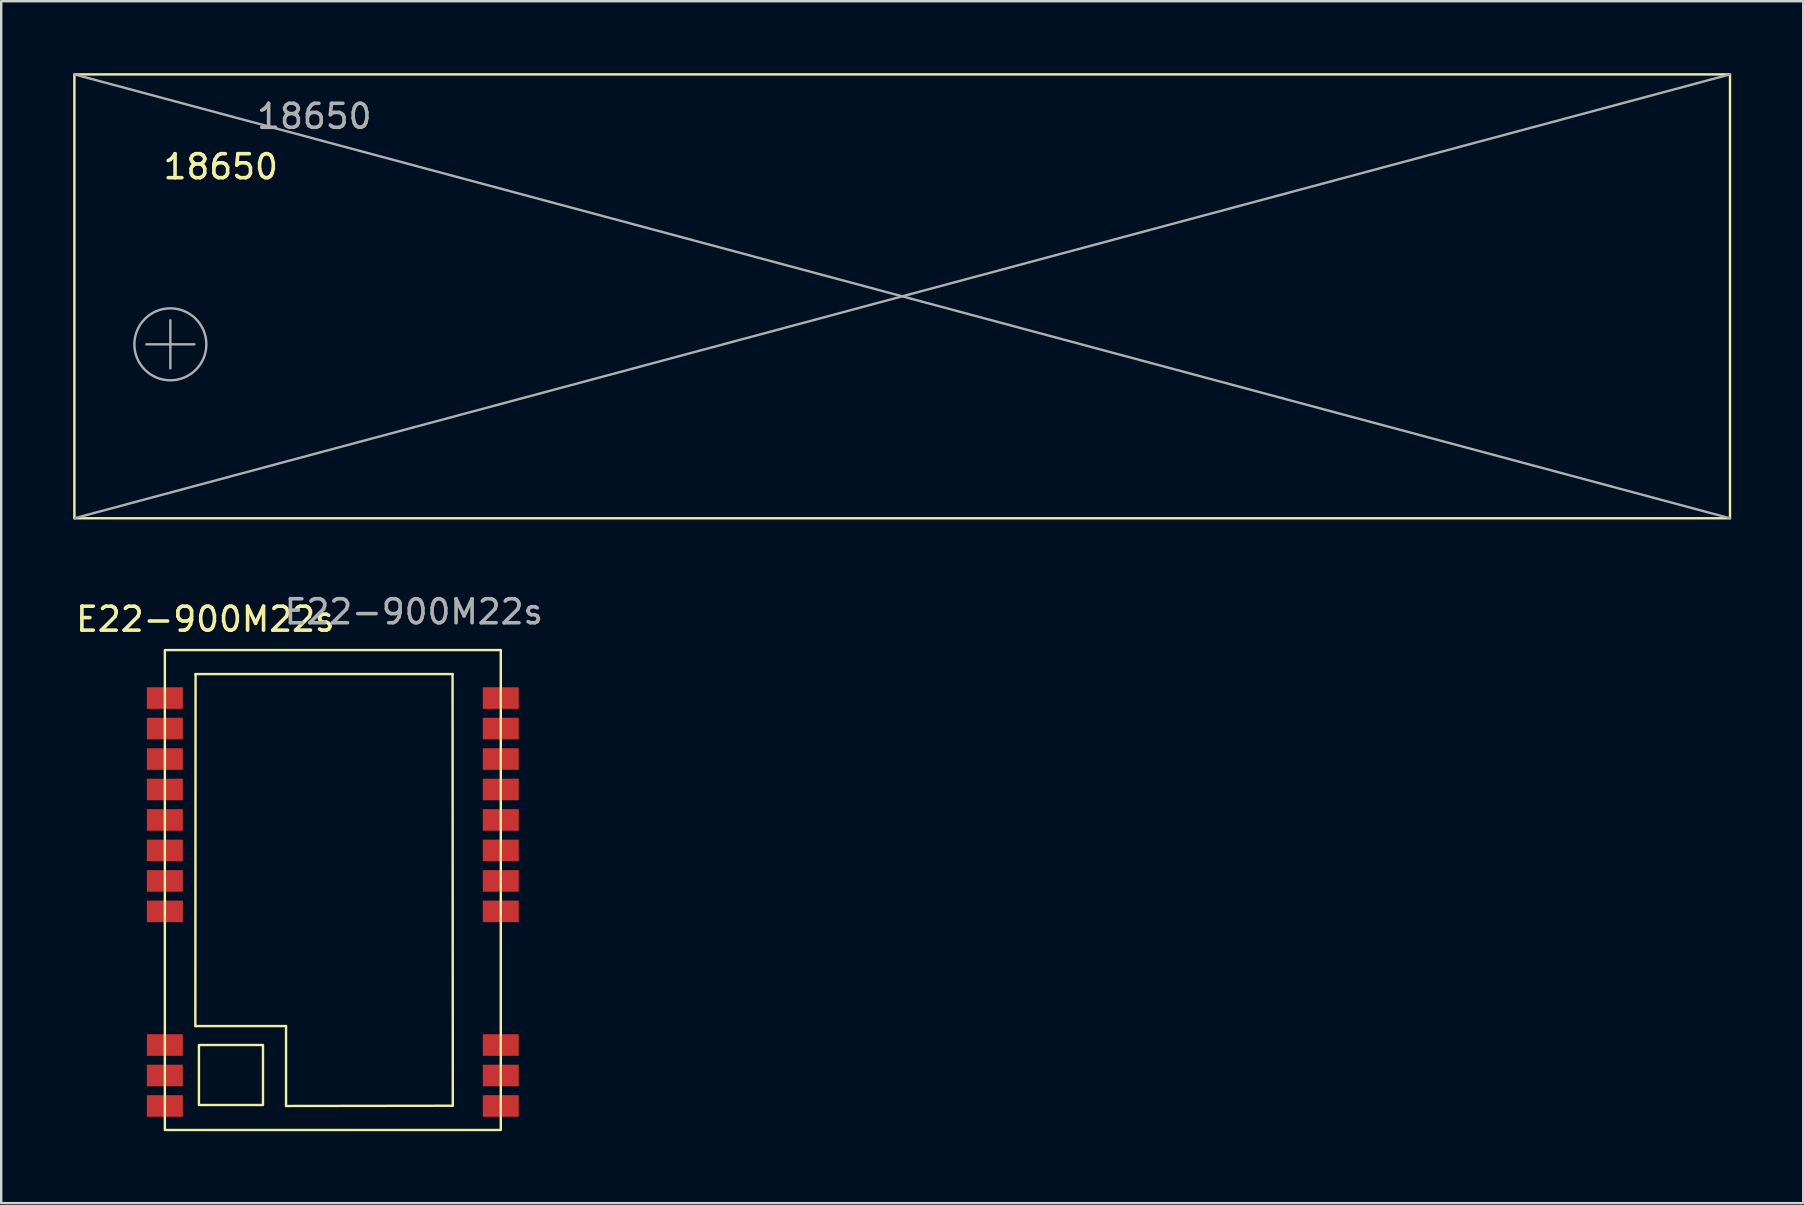
<source format=kicad_pcb>
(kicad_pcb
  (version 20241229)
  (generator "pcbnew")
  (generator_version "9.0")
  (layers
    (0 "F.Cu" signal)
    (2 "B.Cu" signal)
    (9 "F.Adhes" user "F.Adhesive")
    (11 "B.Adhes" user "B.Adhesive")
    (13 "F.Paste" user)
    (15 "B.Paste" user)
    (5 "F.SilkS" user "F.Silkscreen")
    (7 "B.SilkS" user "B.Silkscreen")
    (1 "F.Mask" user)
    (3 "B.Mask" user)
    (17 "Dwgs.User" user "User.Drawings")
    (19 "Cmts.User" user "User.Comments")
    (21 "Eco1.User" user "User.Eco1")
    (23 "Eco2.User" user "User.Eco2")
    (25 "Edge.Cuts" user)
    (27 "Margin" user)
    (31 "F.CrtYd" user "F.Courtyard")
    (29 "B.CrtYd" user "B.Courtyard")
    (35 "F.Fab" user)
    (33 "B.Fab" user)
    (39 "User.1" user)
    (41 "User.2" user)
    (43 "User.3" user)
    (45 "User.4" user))
  (footprint "E22-900M22s"
    (layer "F.Cu")
    (at 10.596 34.638)
    (property "Reference" "E22-900M22s" (at -5.09 -11.88 180) (layer "F.SilkS") (effects (font (size 1 1) (thickness 0.15))))
    (attr smd)
    (fp_line (start -5.505 5.075) (end -5.495 -9.595) (stroke (width 0.1) (type default)) (layer "F.SilkS"))
    (fp_line (start -5.495 -9.595) (end 5.215 -9.595) (stroke (width 0.1) (type default)) (layer "F.SilkS"))
    (fp_line (start -1.725 5.075) (end -5.505 5.075) (stroke (width 0.1) (type default)) (layer "F.SilkS"))
    (fp_line (start -1.725 8.405) (end -1.725 5.075) (stroke (width 0.1) (type default)) (layer "F.SilkS"))
    (fp_line (start 5.215 -9.595) (end 5.225 8.395) (stroke (width 0.1) (type default)) (layer "F.SilkS"))
    (fp_line (start 5.225 8.395) (end -1.725 8.405) (stroke (width 0.1) (type default)) (layer "F.SilkS"))
    (fp_rect (start -6.775 -10.595) (end 7.225 9.405) (stroke (width 0.1) (type default)) (fill no) (layer "F.SilkS"))
    (fp_rect (start -5.355 5.865) (end -2.685 8.365) (stroke (width 0.1) (type default)) (fill no) (layer "F.SilkS"))
    (fp_text user "${REFERENCE}" (at 3.6 -12.19 0) (layer "F.Fab") (effects (font (size 1 1) (thickness 0.15))))
    (pad "1" smd rect (at 7.225 8.405) (size 1.5 0.9) (layers "F.Cu" "F.Mask" "F.Paste"))
    (pad "2" smd rect (at 7.225 7.135) (size 1.5 0.9) (layers "F.Cu" "F.Mask" "F.Paste"))
    (pad "3" smd rect (at 7.225 5.865) (size 1.5 0.9) (layers "F.Cu" "F.Mask" "F.Paste"))
    (pad "4" smd rect (at 7.225 0.295 180) (size 1.5 0.9) (layers "F.Cu" "F.Mask" "F.Paste"))
    (pad "5" smd rect (at 7.225 -0.975 180) (size 1.5 0.9) (layers "F.Cu" "F.Mask" "F.Paste"))
    (pad "6" smd rect (at 7.225 -2.245 180) (size 1.5 0.9) (layers "F.Cu" "F.Mask" "F.Paste"))
    (pad "7" smd rect (at 7.225 -3.515 180) (size 1.5 0.9) (layers "F.Cu" "F.Mask" "F.Paste"))
    (pad "8" smd rect (at 7.225 -4.785 180) (size 1.5 0.9) (layers "F.Cu" "F.Mask" "F.Paste"))
    (pad "9" smd rect (at 7.225 -6.055) (size 1.5 0.9) (layers "F.Cu" "F.Mask" "F.Paste"))
    (pad "10" smd rect (at 7.225 -7.325) (size 1.5 0.9) (layers "F.Cu" "F.Mask" "F.Paste"))
    (pad "11" smd rect (at 7.225 -8.595) (size 1.5 0.9) (layers "F.Cu" "F.Mask" "F.Paste"))
    (pad "12" smd rect (at -6.775 -8.595) (size 1.5 0.9) (layers "F.Cu" "F.Mask" "F.Paste"))
    (pad "13" smd rect (at -6.775 -7.325 180) (size 1.5 0.9) (layers "F.Cu" "F.Mask" "F.Paste"))
    (pad "14" smd rect (at -6.775 -6.055 180) (size 1.5 0.9) (layers "F.Cu" "F.Mask" "F.Paste"))
    (pad "15" smd rect (at -6.775 -4.785 180) (size 1.5 0.9) (layers "F.Cu" "F.Mask" "F.Paste"))
    (pad "16" smd rect (at -6.775 -3.515 180) (size 1.5 0.9) (layers "F.Cu" "F.Mask" "F.Paste"))
    (pad "17" smd rect (at -6.775 -2.245 180) (size 1.5 0.9) (layers "F.Cu" "F.Mask" "F.Paste"))
    (pad "18" smd rect (at -6.775 -0.975 180) (size 1.5 0.9) (layers "F.Cu" "F.Mask" "F.Paste"))
    (pad "19" smd rect (at -6.775 0.295 180) (size 1.5 0.9) (layers "F.Cu" "F.Mask" "F.Paste"))
    (pad "20" smd rect (at -6.775 5.865 180) (size 1.5 0.9) (layers "F.Cu" "F.Mask" "F.Paste"))
    (pad "21" smd rect (at -6.775 7.135 180) (size 1.5 0.9) (layers "F.Cu" "F.Mask" "F.Paste"))
    (pad "22" smd rect (at -6.775 8.405 180) (size 1.5 0.9) (layers "F.Cu" "F.Mask" "F.Paste")))
  (footprint "18650"
    (layer "F.Cu")
    (at 34.55 9.3)
    (property "Reference" "18650" (at -28.4 -5.4 180) (layer "F.SilkS") (effects (font (size 1 1) (thickness 0.15))))
    (attr through_hole)
    (fp_rect (start -34.5 -9.25) (end 34.5 9.25) (stroke (width 0.1) (type default)) (fill no) (layer "F.SilkS"))
    (fp_line (start -34.5 9.25) (end 34.5 -9.25) (stroke (width 0.1) (type default)) (layer "F.Fab"))
    (fp_line (start -31.5 2) (end -29.5 2) (stroke (width 0.1) (type default)) (layer "F.Fab"))
    (fp_line (start -30.5 1) (end -30.5 3) (stroke (width 0.1) (type default)) (layer "F.Fab"))
    (fp_line (start 34.5 9.25) (end -34.5 -9.25) (stroke (width 0.1) (type default)) (layer "F.Fab"))
    (fp_circle (center -30.5 2) (end -30.5 0.5) (stroke (width 0.1) (type default)) (fill no) (layer "F.Fab"))
    (fp_text user "${REFERENCE}" (at -24.5 -7.5 0) (layer "F.Fab") (effects (font (size 1 1) (thickness 0.15)))))
  (gr_rect
    (start -3 -3)
    (end 72.1 47.093)
    (stroke (width 0.1) (type default))
    (fill no)
    (layer "Edge.Cuts")))
</source>
